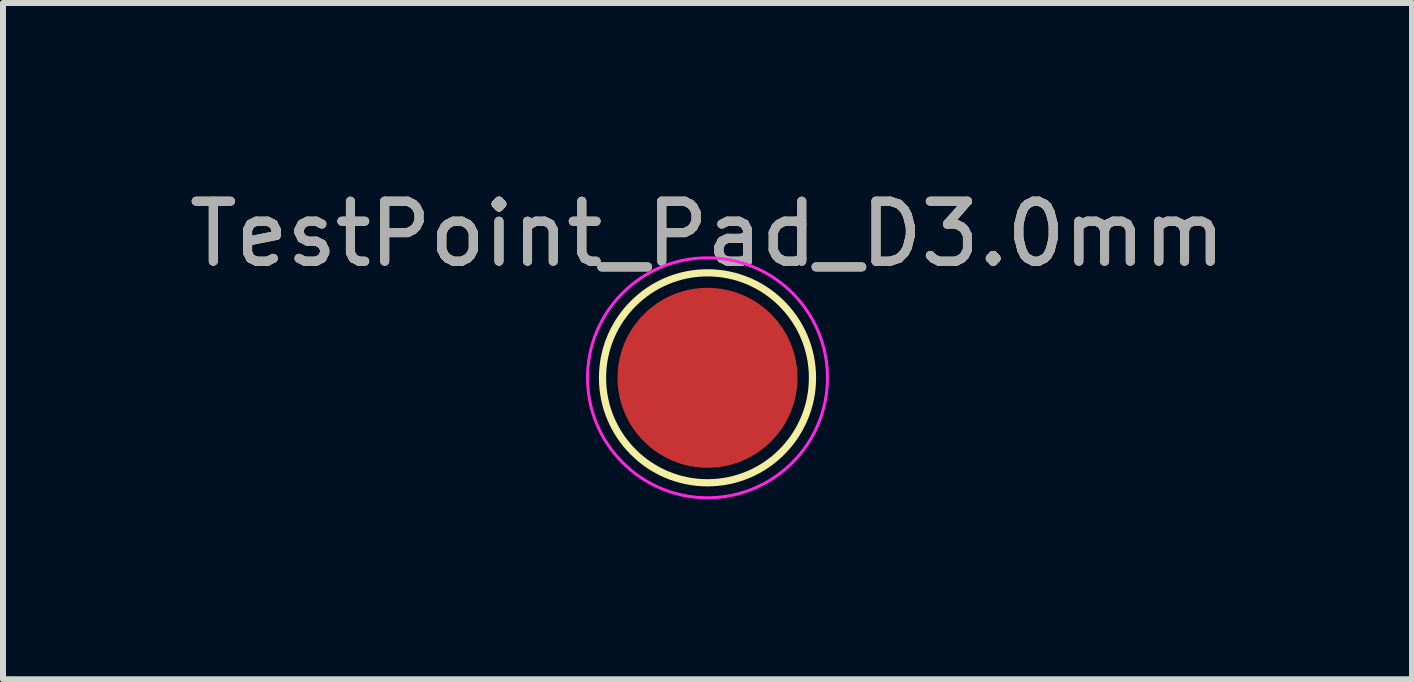
<source format=kicad_pcb>
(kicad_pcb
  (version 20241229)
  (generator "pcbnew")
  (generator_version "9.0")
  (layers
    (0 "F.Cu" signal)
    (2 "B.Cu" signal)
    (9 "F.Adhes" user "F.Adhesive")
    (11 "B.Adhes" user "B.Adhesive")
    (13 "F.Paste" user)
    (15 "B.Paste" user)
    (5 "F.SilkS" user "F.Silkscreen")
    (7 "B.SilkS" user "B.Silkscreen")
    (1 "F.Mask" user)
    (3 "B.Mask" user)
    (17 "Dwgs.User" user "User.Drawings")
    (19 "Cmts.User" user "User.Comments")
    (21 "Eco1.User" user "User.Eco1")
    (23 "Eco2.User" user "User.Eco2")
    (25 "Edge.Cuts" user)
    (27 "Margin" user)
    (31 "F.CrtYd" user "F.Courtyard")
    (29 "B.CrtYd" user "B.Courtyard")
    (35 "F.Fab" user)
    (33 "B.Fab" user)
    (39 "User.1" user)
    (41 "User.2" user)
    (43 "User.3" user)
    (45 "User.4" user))
  (footprint "TestPoint_Pad_D3.0mm"
    (layer "F.Cu")
    (at 8.744 3.248)
    (property "Reference" "TestPoint_Pad_D3.0mm" (at 0 -2.398 0) (layer "F.SilkS") (effects (font (size 1 1) (thickness 0.15))))
    (attr exclude_from_pos_files exclude_from_bom)
    (fp_circle (center 0 0) (end 0 1.75) (stroke (width 0.12) (type solid)) (fill no) (layer "F.SilkS"))
    (fp_circle (center 0 0) (end 2 0) (stroke (width 0.05) (type solid)) (fill no) (layer "F.CrtYd"))
    (fp_text user "${REFERENCE}" (at 0 -2.4 0) (layer "F.Fab") (effects (font (size 1 1) (thickness 0.15))))
    (pad "1" smd circle (at 0 0) (size 3 3) (layers "F.Cu" "F.Mask")))
  (gr_rect
    (start -3 -3)
    (end 20.488 8.273)
    (stroke (width 0.1) (type default))
    (fill no)
    (layer "Edge.Cuts")))
</source>
